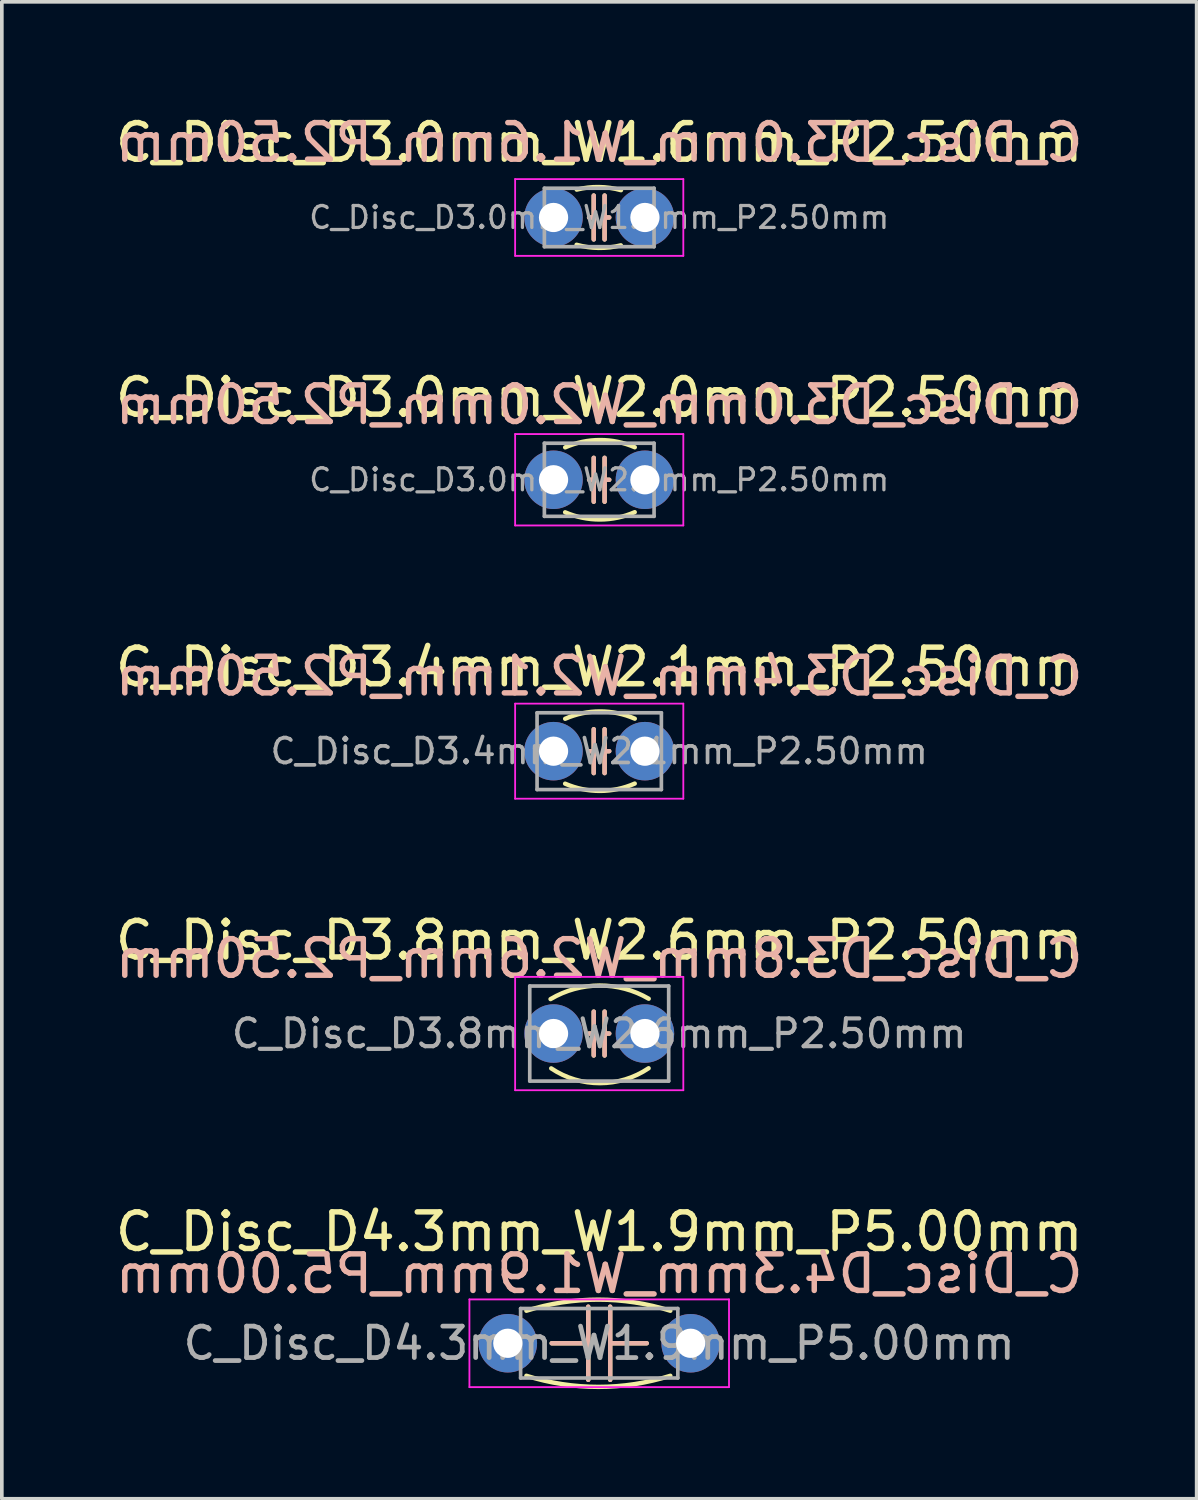
<source format=kicad_pcb>
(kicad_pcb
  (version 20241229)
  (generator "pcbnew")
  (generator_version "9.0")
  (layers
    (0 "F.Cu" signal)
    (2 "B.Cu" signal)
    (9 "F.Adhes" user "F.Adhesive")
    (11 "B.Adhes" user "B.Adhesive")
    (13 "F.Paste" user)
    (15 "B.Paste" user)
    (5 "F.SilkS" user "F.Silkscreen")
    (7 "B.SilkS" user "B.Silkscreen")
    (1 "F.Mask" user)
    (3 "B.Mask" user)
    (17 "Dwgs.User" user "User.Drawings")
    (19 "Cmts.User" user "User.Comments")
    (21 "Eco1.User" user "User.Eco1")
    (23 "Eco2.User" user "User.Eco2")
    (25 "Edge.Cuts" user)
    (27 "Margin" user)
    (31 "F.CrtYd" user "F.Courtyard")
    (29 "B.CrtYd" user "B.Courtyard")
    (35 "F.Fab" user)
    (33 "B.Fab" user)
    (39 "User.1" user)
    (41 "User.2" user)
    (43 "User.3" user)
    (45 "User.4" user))
  (footprint "C_Disc_D3.0mm_W2.0mm_P2.50mm"
    (layer "F.Cu")
    (at 12.089 10.072)
    (property "Reference" "C_Disc_D3.0mm_W2.0mm_P2.50mm" (at 1.25 -2.25 0) (layer "F.SilkS") (effects (font (size 1 1) (thickness 0.15))))
    (fp_line (start 0.973 0) (end 1.1 0) (stroke (width 0.12) (type solid)) (layer "F.SilkS"))
    (fp_line (start 1.1 0) (end 1.1 -0.6) (stroke (width 0.12) (type solid)) (layer "F.SilkS"))
    (fp_line (start 1.1 0) (end 1.1 0.6) (stroke (width 0.12) (type solid)) (layer "F.SilkS"))
    (fp_line (start 1.397 0) (end 1.397 -0.6) (stroke (width 0.12) (type solid)) (layer "F.SilkS"))
    (fp_line (start 1.397 0) (end 1.397 0.6) (stroke (width 0.12) (type solid)) (layer "F.SilkS"))
    (fp_line (start 1.524 0) (end 1.397 0) (stroke (width 0.12) (type solid)) (layer "F.SilkS"))
    (fp_arc (start 0.31877 -0.886114) (mid 1.270333 -1.08687) (end 2.2225 -0.889) (stroke (width 0.12) (type solid)) (layer "F.SilkS"))
    (fp_arc (start 2.22123 0.886114) (mid 1.269667 1.08687) (end 0.3175 0.889) (stroke (width 0.12) (type solid)) (layer "F.SilkS"))
    (fp_line (start 0.973 0) (end 1.1 0) (stroke (width 0.12) (type solid)) (layer "B.SilkS"))
    (fp_line (start 1.1 0) (end 1.1 -0.6) (stroke (width 0.12) (type solid)) (layer "B.SilkS"))
    (fp_line (start 1.1 0) (end 1.1 0.6) (stroke (width 0.12) (type solid)) (layer "B.SilkS"))
    (fp_line (start 1.397 0) (end 1.397 -0.6) (stroke (width 0.12) (type solid)) (layer "B.SilkS"))
    (fp_line (start 1.397 0) (end 1.397 0.6) (stroke (width 0.12) (type solid)) (layer "B.SilkS"))
    (fp_line (start 1.524 0) (end 1.397 0) (stroke (width 0.12) (type solid)) (layer "B.SilkS"))
    (fp_line (start -1.05 -1.25) (end -1.05 1.25) (stroke (width 0.05) (type solid)) (layer "F.CrtYd"))
    (fp_line (start -1.05 1.25) (end 3.55 1.25) (stroke (width 0.05) (type solid)) (layer "F.CrtYd"))
    (fp_line (start 3.55 -1.25) (end -1.05 -1.25) (stroke (width 0.05) (type solid)) (layer "F.CrtYd"))
    (fp_line (start 3.55 1.25) (end 3.55 -1.25) (stroke (width 0.05) (type solid)) (layer "F.CrtYd"))
    (fp_line (start -0.25 -1) (end -0.25 1) (stroke (width 0.1) (type solid)) (layer "F.Fab"))
    (fp_line (start -0.25 1) (end 2.75 1) (stroke (width 0.1) (type solid)) (layer "F.Fab"))
    (fp_line (start 2.75 -1) (end -0.25 -1) (stroke (width 0.1) (type solid)) (layer "F.Fab"))
    (fp_line (start 2.75 1) (end 2.75 -1) (stroke (width 0.1) (type solid)) (layer "F.Fab"))
    (fp_text user "${REFERENCE}" (at 1.25 -2.05 0) (layer "B.SilkS") (effects (font (size 1 1) (thickness 0.15)) (justify mirror)))
    (fp_text user "${REFERENCE}" (at 1.25 0 0) (layer "F.Fab") (effects (font (size 0.6 0.6) (thickness 0.09))))
    (pad "1" thru_hole circle (at 0 0) (size 1.6 1.6) (drill 0.8) (layers "*.Cu" "*.Mask"))
    (pad "2" thru_hole circle (at 2.5 0) (size 1.6 1.6) (drill 0.8) (layers "*.Cu" "*.Mask")))
  (footprint "C_Disc_D3.4mm_W2.1mm_P2.50mm"
    (layer "F.Cu")
    (at 12.089 17.495)
    (property "Reference" "C_Disc_D3.4mm_W2.1mm_P2.50mm" (at 1.25 -2.3 0) (layer "F.SilkS") (effects (font (size 1 1) (thickness 0.15))))
    (fp_line (start 0.973 0) (end 1.1 0) (stroke (width 0.12) (type solid)) (layer "F.SilkS"))
    (fp_line (start 1.1 0) (end 1.1 -0.6) (stroke (width 0.12) (type solid)) (layer "F.SilkS"))
    (fp_line (start 1.1 0) (end 1.1 0.6) (stroke (width 0.12) (type solid)) (layer "F.SilkS"))
    (fp_line (start 1.397 0) (end 1.397 -0.6) (stroke (width 0.12) (type solid)) (layer "F.SilkS"))
    (fp_line (start 1.397 0) (end 1.397 0.6) (stroke (width 0.12) (type solid)) (layer "F.SilkS"))
    (fp_line (start 1.524 0) (end 1.397 0) (stroke (width 0.12) (type solid)) (layer "F.SilkS"))
    (fp_arc (start 0.31877 -0.886114) (mid 1.270333 -1.08687) (end 2.2225 -0.889) (stroke (width 0.12) (type solid)) (layer "F.SilkS"))
    (fp_arc (start 2.22123 0.886114) (mid 1.269667 1.08687) (end 0.3175 0.889) (stroke (width 0.12) (type solid)) (layer "F.SilkS"))
    (fp_line (start 0.973 0) (end 1.1 0) (stroke (width 0.12) (type solid)) (layer "B.SilkS"))
    (fp_line (start 1.1 0) (end 1.1 -0.6) (stroke (width 0.12) (type solid)) (layer "B.SilkS"))
    (fp_line (start 1.1 0) (end 1.1 0.6) (stroke (width 0.12) (type solid)) (layer "B.SilkS"))
    (fp_line (start 1.397 0) (end 1.397 -0.6) (stroke (width 0.12) (type solid)) (layer "B.SilkS"))
    (fp_line (start 1.397 0) (end 1.397 0.6) (stroke (width 0.12) (type solid)) (layer "B.SilkS"))
    (fp_line (start 1.524 0) (end 1.397 0) (stroke (width 0.12) (type solid)) (layer "B.SilkS"))
    (fp_line (start -1.05 -1.3) (end -1.05 1.3) (stroke (width 0.05) (type solid)) (layer "F.CrtYd"))
    (fp_line (start -1.05 1.3) (end 3.55 1.3) (stroke (width 0.05) (type solid)) (layer "F.CrtYd"))
    (fp_line (start 3.55 -1.3) (end -1.05 -1.3) (stroke (width 0.05) (type solid)) (layer "F.CrtYd"))
    (fp_line (start 3.55 1.3) (end 3.55 -1.3) (stroke (width 0.05) (type solid)) (layer "F.CrtYd"))
    (fp_line (start -0.45 -1.05) (end -0.45 1.05) (stroke (width 0.1) (type solid)) (layer "F.Fab"))
    (fp_line (start -0.45 1.05) (end 2.95 1.05) (stroke (width 0.1) (type solid)) (layer "F.Fab"))
    (fp_line (start 2.95 -1.05) (end -0.45 -1.05) (stroke (width 0.1) (type solid)) (layer "F.Fab"))
    (fp_line (start 2.95 1.05) (end 2.95 -1.05) (stroke (width 0.1) (type solid)) (layer "F.Fab"))
    (fp_text user "${REFERENCE}" (at 1.25 -2.05 0) (layer "B.SilkS") (effects (font (size 1 1) (thickness 0.15)) (justify mirror)))
    (fp_text user "${REFERENCE}" (at 1.25 0 0) (layer "F.Fab") (effects (font (size 0.68 0.68) (thickness 0.102))))
    (pad "1" thru_hole circle (at 0 0) (size 1.6 1.6) (drill 0.8) (layers "*.Cu" "*.Mask"))
    (pad "2" thru_hole circle (at 2.5 0) (size 1.6 1.6) (drill 0.8) (layers "*.Cu" "*.Mask")))
  (footprint "C_Disc_D4.3mm_W1.9mm_P5.00mm"
    (layer "F.Cu")
    (at 10.839 33.689)
    (property "Reference" "C_Disc_D4.3mm_W1.9mm_P5.00mm" (at 2.5 -3.048 0) (layer "F.SilkS") (effects (font (size 1 1) (thickness 0.15))))
    (fp_line (start 1.2 0) (end 2.2 0) (stroke (width 0.12) (type solid)) (layer "F.SilkS"))
    (fp_line (start 2.2 0) (end 2.2 -1) (stroke (width 0.12) (type solid)) (layer "F.SilkS"))
    (fp_line (start 2.2 0) (end 2.2 1) (stroke (width 0.12) (type solid)) (layer "F.SilkS"))
    (fp_line (start 2.8 -1) (end 2.8 1) (stroke (width 0.12) (type solid)) (layer "F.SilkS"))
    (fp_line (start 2.8 0) (end 3.8 0) (stroke (width 0.12) (type solid)) (layer "F.SilkS"))
    (fp_arc (start 0.508 -0.888999) (mid 2.4765 -1.192922) (end 4.444999 -0.888999) (stroke (width 0.12) (type solid)) (layer "F.SilkS"))
    (fp_arc (start 4.444999 0.889) (mid 2.476499 1.192923) (end 0.508 0.889) (stroke (width 0.12) (type solid)) (layer "F.SilkS"))
    (fp_line (start 1.2 0) (end 2.2 0) (stroke (width 0.12) (type solid)) (layer "B.SilkS"))
    (fp_line (start 2.2 0) (end 2.2 -1) (stroke (width 0.12) (type solid)) (layer "B.SilkS"))
    (fp_line (start 2.2 0) (end 2.2 1) (stroke (width 0.12) (type solid)) (layer "B.SilkS"))
    (fp_line (start 2.8 0) (end 3.8 0) (stroke (width 0.12) (type solid)) (layer "B.SilkS"))
    (fp_line (start 2.8 1) (end 2.8 -1) (stroke (width 0.12) (type solid)) (layer "B.SilkS"))
    (fp_line (start -1.05 -1.2) (end -1.05 1.2) (stroke (width 0.05) (type solid)) (layer "F.CrtYd"))
    (fp_line (start -1.05 1.2) (end 6.05 1.2) (stroke (width 0.05) (type solid)) (layer "F.CrtYd"))
    (fp_line (start 6.05 -1.2) (end -1.05 -1.2) (stroke (width 0.05) (type solid)) (layer "F.CrtYd"))
    (fp_line (start 6.05 1.2) (end 6.05 -1.2) (stroke (width 0.05) (type solid)) (layer "F.CrtYd"))
    (fp_line (start 0.35 -0.95) (end 0.35 0.95) (stroke (width 0.1) (type solid)) (layer "F.Fab"))
    (fp_line (start 0.35 0.95) (end 4.65 0.95) (stroke (width 0.1) (type solid)) (layer "F.Fab"))
    (fp_line (start 4.65 -0.95) (end 0.35 -0.95) (stroke (width 0.1) (type solid)) (layer "F.Fab"))
    (fp_line (start 4.65 0.95) (end 4.65 -0.95) (stroke (width 0.1) (type solid)) (layer "F.Fab"))
    (fp_text user "${REFERENCE}" (at 2.5 -1.9 0) (layer "B.SilkS") (effects (font (size 1 1) (thickness 0.15)) (justify mirror)))
    (fp_text user "${REFERENCE}" (at 2.5 0 0) (layer "F.Fab") (effects (font (size 0.86 0.86) (thickness 0.129))))
    (pad "1" thru_hole circle (at 0 0) (size 1.6 1.6) (drill 0.8) (layers "*.Cu" "*.Mask"))
    (pad "2" thru_hole circle (at 5 0) (size 1.6 1.6) (drill 0.8) (layers "*.Cu" "*.Mask")))
  (footprint "C_Disc_D3.8mm_W2.6mm_P2.50mm"
    (layer "F.Cu")
    (at 12.089 25.218)
    (property "Reference" "C_Disc_D3.8mm_W2.6mm_P2.50mm" (at 1.25 -2.55 0) (layer "F.SilkS") (effects (font (size 1 1) (thickness 0.15))))
    (fp_line (start 0.973 0) (end 1.1 0) (stroke (width 0.12) (type solid)) (layer "F.SilkS"))
    (fp_line (start 1.1 0) (end 1.1 -0.6) (stroke (width 0.12) (type solid)) (layer "F.SilkS"))
    (fp_line (start 1.1 0) (end 1.1 0.6) (stroke (width 0.12) (type solid)) (layer "F.SilkS"))
    (fp_line (start 1.397 0) (end 1.397 -0.6) (stroke (width 0.12) (type solid)) (layer "F.SilkS"))
    (fp_line (start 1.397 0) (end 1.397 0.6) (stroke (width 0.12) (type solid)) (layer "F.SilkS"))
    (fp_line (start 1.524 0) (end 1.397 0) (stroke (width 0.12) (type solid)) (layer "F.SilkS"))
    (fp_arc (start -0.081146 -0.942115) (mid 1.259762 -1.312991) (end 2.6035 -0.9525) (stroke (width 0.12) (type solid)) (layer "F.SilkS"))
    (fp_arc (start 2.601045 0.948863) (mid 1.269327 1.357258) (end -0.0635 0.9525) (stroke (width 0.12) (type solid)) (layer "F.SilkS"))
    (fp_line (start 0.973 0) (end 1.1 0) (stroke (width 0.12) (type solid)) (layer "B.SilkS"))
    (fp_line (start 1.1 0) (end 1.1 -0.6) (stroke (width 0.12) (type solid)) (layer "B.SilkS"))
    (fp_line (start 1.1 0) (end 1.1 0.6) (stroke (width 0.12) (type solid)) (layer "B.SilkS"))
    (fp_line (start 1.397 0) (end 1.397 -0.6) (stroke (width 0.12) (type solid)) (layer "B.SilkS"))
    (fp_line (start 1.397 0) (end 1.397 0.6) (stroke (width 0.12) (type solid)) (layer "B.SilkS"))
    (fp_line (start 1.524 0) (end 1.397 0) (stroke (width 0.12) (type solid)) (layer "B.SilkS"))
    (fp_line (start -1.05 -1.55) (end -1.05 1.55) (stroke (width 0.05) (type solid)) (layer "F.CrtYd"))
    (fp_line (start -1.05 1.55) (end 3.55 1.55) (stroke (width 0.05) (type solid)) (layer "F.CrtYd"))
    (fp_line (start 3.55 -1.55) (end -1.05 -1.55) (stroke (width 0.05) (type solid)) (layer "F.CrtYd"))
    (fp_line (start 3.55 1.55) (end 3.55 -1.55) (stroke (width 0.05) (type solid)) (layer "F.CrtYd"))
    (fp_line (start -0.65 -1.3) (end -0.65 1.3) (stroke (width 0.1) (type solid)) (layer "F.Fab"))
    (fp_line (start -0.65 1.3) (end 3.15 1.3) (stroke (width 0.1) (type solid)) (layer "F.Fab"))
    (fp_line (start 3.15 -1.3) (end -0.65 -1.3) (stroke (width 0.1) (type solid)) (layer "F.Fab"))
    (fp_line (start 3.15 1.3) (end 3.15 -1.3) (stroke (width 0.1) (type solid)) (layer "F.Fab"))
    (fp_text user "${REFERENCE}" (at 1.25 -2.05 0) (layer "B.SilkS") (effects (font (size 1 1) (thickness 0.15)) (justify mirror)))
    (fp_text user "${REFERENCE}" (at 1.25 0 0) (layer "F.Fab") (effects (font (size 0.76 0.76) (thickness 0.114))))
    (pad "1" thru_hole circle (at 0 0) (size 1.6 1.6) (drill 0.8) (layers "*.Cu" "*.Mask"))
    (pad "2" thru_hole circle (at 2.5 0) (size 1.6 1.6) (drill 0.8) (layers "*.Cu" "*.Mask")))
  (footprint "C_Disc_D3.0mm_W1.6mm_P2.50mm"
    (layer "F.Cu")
    (at 12.089 2.898)
    (property "Reference" "C_Disc_D3.0mm_W1.6mm_P2.50mm" (at 1.25 -2.05 0) (layer "F.SilkS") (effects (font (size 1 1) (thickness 0.15))))
    (fp_line (start 0.973 0) (end 1.1 0) (stroke (width 0.12) (type solid)) (layer "F.SilkS"))
    (fp_line (start 1.1 0) (end 1.1 -0.6) (stroke (width 0.12) (type solid)) (layer "F.SilkS"))
    (fp_line (start 1.1 0) (end 1.1 0.6) (stroke (width 0.12) (type solid)) (layer "F.SilkS"))
    (fp_line (start 1.397 0) (end 1.397 -0.6) (stroke (width 0.12) (type solid)) (layer "F.SilkS"))
    (fp_line (start 1.397 0) (end 1.397 0.6) (stroke (width 0.12) (type solid)) (layer "F.SilkS"))
    (fp_line (start 1.524 0) (end 1.397 0) (stroke (width 0.12) (type solid)) (layer "F.SilkS"))
    (fp_arc (start 0.635 -0.762) (mid 1.241234 -0.832639) (end 1.845429 -0.746283) (stroke (width 0.12) (type solid)) (layer "F.SilkS"))
    (fp_arc (start 1.8415 0.762) (mid 1.235266 0.832639) (end 0.631071 0.746283) (stroke (width 0.12) (type solid)) (layer "F.SilkS"))
    (fp_line (start 0.973 0) (end 1.1 0) (stroke (width 0.12) (type solid)) (layer "B.SilkS"))
    (fp_line (start 1.1 0) (end 1.1 -0.6) (stroke (width 0.12) (type solid)) (layer "B.SilkS"))
    (fp_line (start 1.1 0) (end 1.1 0.6) (stroke (width 0.12) (type solid)) (layer "B.SilkS"))
    (fp_line (start 1.397 0) (end 1.397 -0.6) (stroke (width 0.12) (type solid)) (layer "B.SilkS"))
    (fp_line (start 1.397 0) (end 1.397 0.6) (stroke (width 0.12) (type solid)) (layer "B.SilkS"))
    (fp_line (start 1.524 0) (end 1.397 0) (stroke (width 0.12) (type solid)) (layer "B.SilkS"))
    (fp_line (start -1.05 -1.05) (end -1.05 1.05) (stroke (width 0.05) (type solid)) (layer "F.CrtYd"))
    (fp_line (start -1.05 1.05) (end 3.55 1.05) (stroke (width 0.05) (type solid)) (layer "F.CrtYd"))
    (fp_line (start 3.55 -1.05) (end -1.05 -1.05) (stroke (width 0.05) (type solid)) (layer "F.CrtYd"))
    (fp_line (start 3.55 1.05) (end 3.55 -1.05) (stroke (width 0.05) (type solid)) (layer "F.CrtYd"))
    (fp_line (start -0.25 -0.8) (end -0.25 0.8) (stroke (width 0.1) (type solid)) (layer "F.Fab"))
    (fp_line (start -0.25 0.8) (end 2.75 0.8) (stroke (width 0.1) (type solid)) (layer "F.Fab"))
    (fp_line (start 2.75 -0.8) (end -0.25 -0.8) (stroke (width 0.1) (type solid)) (layer "F.Fab"))
    (fp_line (start 2.75 0.8) (end 2.75 -0.8) (stroke (width 0.1) (type solid)) (layer "F.Fab"))
    (fp_text user "${REFERENCE}" (at 1.25 -2.05 0) (layer "B.SilkS") (effects (font (size 1 1) (thickness 0.15)) (justify mirror)))
    (fp_text user "${REFERENCE}" (at 1.25 0 0) (layer "F.Fab") (effects (font (size 0.6 0.6) (thickness 0.09))))
    (pad "1" thru_hole circle (at 0 0) (size 1.6 1.6) (drill 0.8) (layers "*.Cu" "*.Mask"))
    (pad "2" thru_hole circle (at 2.5 0) (size 1.6 1.6) (drill 0.8) (layers "*.Cu" "*.Mask")))
  (gr_rect
    (start -3 -3)
    (end 29.679 37.942)
    (stroke (width 0.1) (type default))
    (fill no)
    (layer "Edge.Cuts")))
</source>
